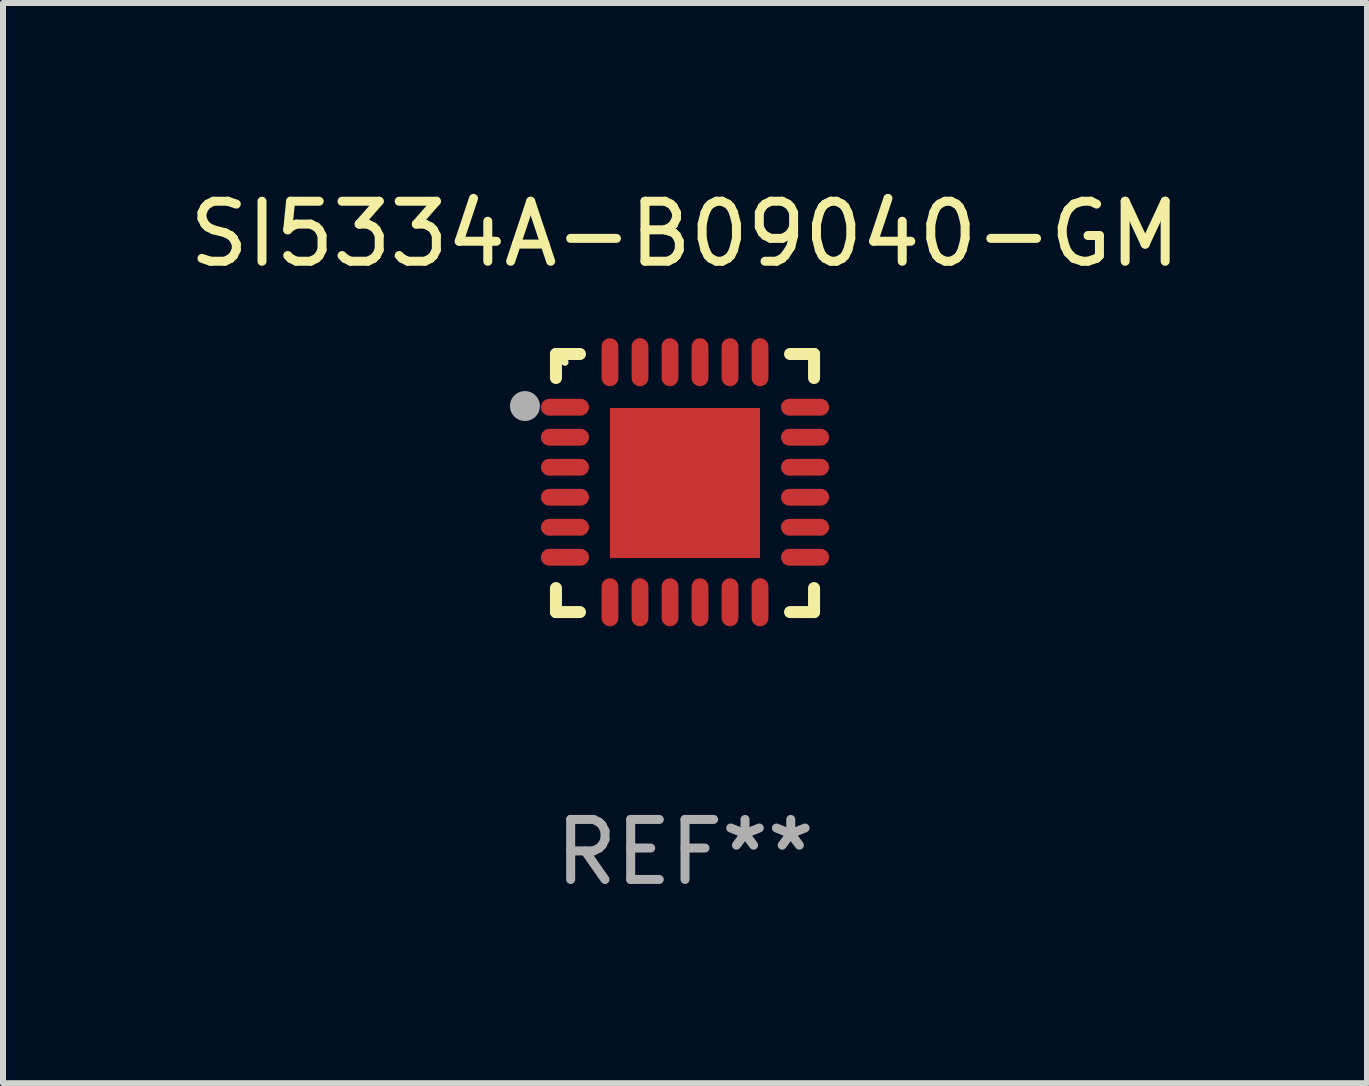
<source format=kicad_pcb>
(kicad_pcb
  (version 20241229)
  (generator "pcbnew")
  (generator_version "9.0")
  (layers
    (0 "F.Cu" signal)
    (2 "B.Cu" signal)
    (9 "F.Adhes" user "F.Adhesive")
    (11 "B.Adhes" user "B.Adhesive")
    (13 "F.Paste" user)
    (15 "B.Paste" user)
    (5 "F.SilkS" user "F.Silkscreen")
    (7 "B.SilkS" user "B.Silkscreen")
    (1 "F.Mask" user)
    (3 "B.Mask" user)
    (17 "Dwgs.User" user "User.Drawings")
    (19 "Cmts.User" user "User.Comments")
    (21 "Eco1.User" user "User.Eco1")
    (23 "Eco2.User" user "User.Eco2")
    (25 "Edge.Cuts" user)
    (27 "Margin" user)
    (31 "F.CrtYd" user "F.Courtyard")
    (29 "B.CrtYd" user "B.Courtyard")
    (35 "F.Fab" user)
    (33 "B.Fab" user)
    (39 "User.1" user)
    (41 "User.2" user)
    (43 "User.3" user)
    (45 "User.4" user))
  (footprint "SI5334A-B09040-GM"
    (layer "F.Cu")
    (at 8.363 4.998)
    (property "Reference" "SI5334A-B09040-GM" (at 0 -4.15 0) (layer "F.SilkS") (effects (font (size 1 1) (thickness 0.15))))
    (attr through_hole)
    (fp_line (start -2.15 -2.15) (end -1.75 -2.15) (stroke (width 0.2) (type solid)) (layer "F.SilkS"))
    (fp_line (start -2.15 -1.75) (end -2.15 -2.15) (stroke (width 0.2) (type solid)) (layer "F.SilkS"))
    (fp_line (start -2.15 2.15) (end -2.15 1.75) (stroke (width 0.2) (type solid)) (layer "F.SilkS"))
    (fp_line (start -1.75 2.15) (end -2.15 2.15) (stroke (width 0.2) (type solid)) (layer "F.SilkS"))
    (fp_line (start 1.75 -2.15) (end 2.15 -2.15) (stroke (width 0.2) (type solid)) (layer "F.SilkS"))
    (fp_line (start 1.75 2.15) (end 2.15 2.15) (stroke (width 0.2) (type solid)) (layer "F.SilkS"))
    (fp_line (start 2.15 -2.15) (end 2.15 -1.75) (stroke (width 0.2) (type solid)) (layer "F.SilkS"))
    (fp_line (start 2.15 2.15) (end 2.15 1.75) (stroke (width 0.2) (type solid)) (layer "F.SilkS"))
    (fp_circle (center -2 -2.013) (end -1.97 -2.013) (stroke (width 0.06) (type solid)) (fill no) (layer "F.SilkS"))
    (fp_circle (center -2.667 -1.283) (end -2.542 -1.283) (stroke (width 0.25) (type solid)) (fill no) (layer "F.Fab"))
    (fp_text user "REF**" (at 0 6.15 0) (layer "F.Fab") (effects (font (size 1 1) (thickness 0.15))))
    (pad "1" smd oval (at -2 -1.263) (size 0.8 0.28) (layers "F.Cu" "F.Mask" "F.Paste"))
    (pad "2" smd oval (at -2 -0.763) (size 0.8 0.28) (layers "F.Cu" "F.Mask" "F.Paste"))
    (pad "3" smd oval (at -2 -0.263) (size 0.8 0.28) (layers "F.Cu" "F.Mask" "F.Paste"))
    (pad "4" smd oval (at -2 0.237) (size 0.8 0.28) (layers "F.Cu" "F.Mask" "F.Paste"))
    (pad "5" smd oval (at -2 0.737) (size 0.8 0.28) (layers "F.Cu" "F.Mask" "F.Paste"))
    (pad "6" smd oval (at -2 1.237) (size 0.8 0.28) (layers "F.Cu" "F.Mask" "F.Paste"))
    (pad "7" smd oval (at -1.25 1.987) (size 0.28 0.8) (layers "F.Cu" "F.Mask" "F.Paste"))
    (pad "8" smd oval (at -0.75 1.987) (size 0.28 0.8) (layers "F.Cu" "F.Mask" "F.Paste"))
    (pad "9" smd oval (at -0.25 1.987) (size 0.28 0.8) (layers "F.Cu" "F.Mask" "F.Paste"))
    (pad "10" smd oval (at 0.25 1.987) (size 0.28 0.8) (layers "F.Cu" "F.Mask" "F.Paste"))
    (pad "11" smd oval (at 0.75 1.987) (size 0.28 0.8) (layers "F.Cu" "F.Mask" "F.Paste"))
    (pad "12" smd oval (at 1.25 1.987) (size 0.28 0.8) (layers "F.Cu" "F.Mask" "F.Paste"))
    (pad "13" smd oval (at 2 1.237) (size 0.8 0.28) (layers "F.Cu" "F.Mask" "F.Paste"))
    (pad "14" smd oval (at 2 0.737) (size 0.8 0.28) (layers "F.Cu" "F.Mask" "F.Paste"))
    (pad "15" smd oval (at 2 0.237) (size 0.8 0.28) (layers "F.Cu" "F.Mask" "F.Paste"))
    (pad "16" smd oval (at 2 -0.263) (size 0.8 0.28) (layers "F.Cu" "F.Mask" "F.Paste"))
    (pad "17" smd oval (at 2 -0.763) (size 0.8 0.28) (layers "F.Cu" "F.Mask" "F.Paste"))
    (pad "18" smd oval (at 2 -1.263) (size 0.8 0.28) (layers "F.Cu" "F.Mask" "F.Paste"))
    (pad "19" smd oval (at 1.25 -2.013) (size 0.28 0.8) (layers "F.Cu" "F.Mask" "F.Paste"))
    (pad "20" smd oval (at 0.75 -2.013) (size 0.28 0.8) (layers "F.Cu" "F.Mask" "F.Paste"))
    (pad "21" smd oval (at 0.25 -2.013) (size 0.28 0.8) (layers "F.Cu" "F.Mask" "F.Paste"))
    (pad "22" smd oval (at -0.25 -2.013) (size 0.28 0.8) (layers "F.Cu" "F.Mask" "F.Paste"))
    (pad "23" smd oval (at -0.75 -2.013) (size 0.28 0.8) (layers "F.Cu" "F.Mask" "F.Paste"))
    (pad "24" smd oval (at -1.25 -2.013) (size 0.28 0.8) (layers "F.Cu" "F.Mask" "F.Paste"))
    (pad "25" smd rect (at -0.000127 -0.00014) (size 2.5 2.5) (layers "F.Cu" "F.Mask" "F.Paste")))
  (gr_rect
    (start -3 -3)
    (end 19.726 14.997)
    (stroke (width 0.1) (type default))
    (fill no)
    (layer "Edge.Cuts")))
</source>
